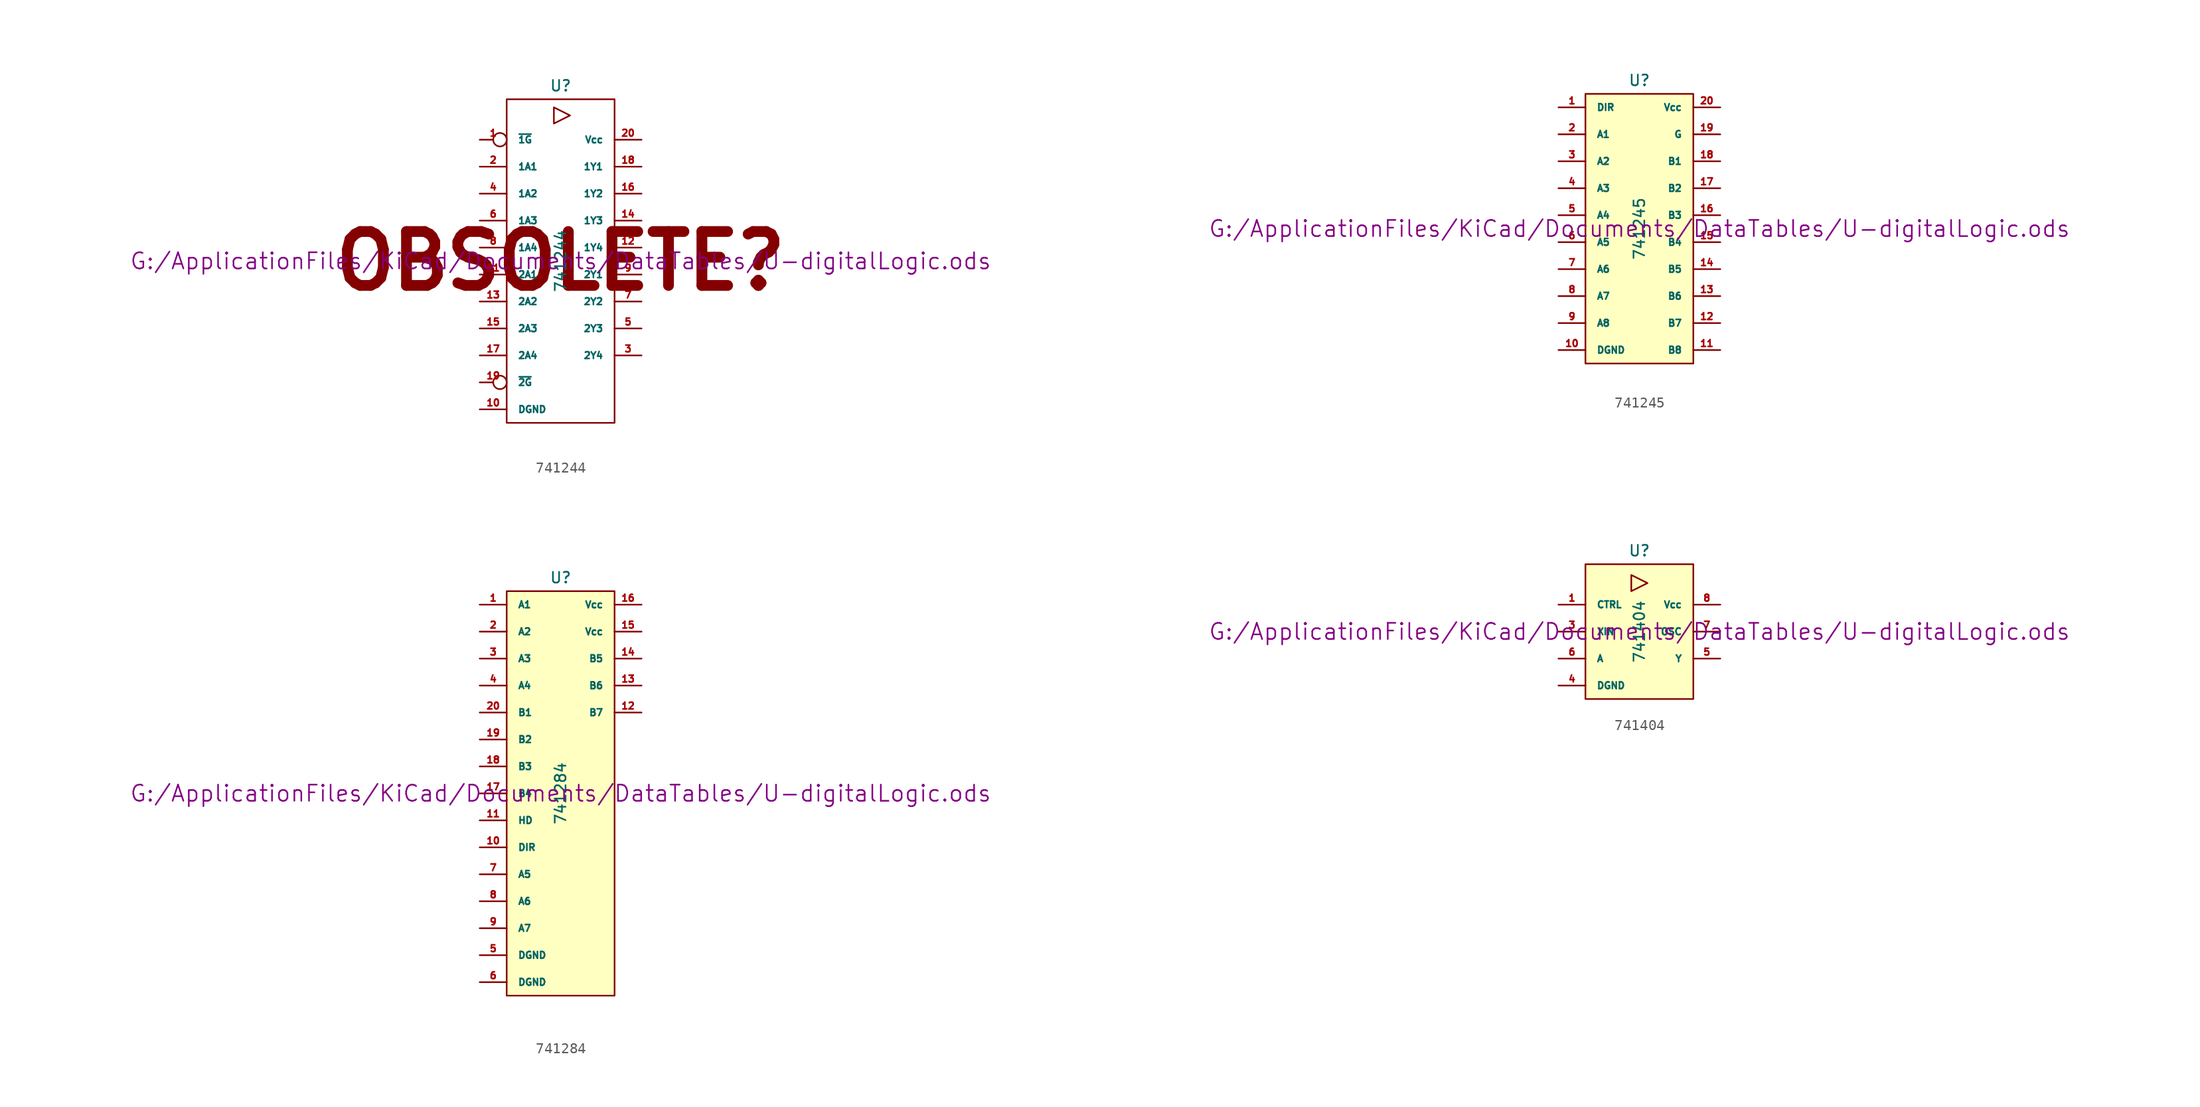
<source format=kicad_sym>
(kicad_symbol_lib
  (version 20211014)
  (generator kicad_symbol_editor)
  (symbol "741244"
    (pin_names
      (offset 1.016))
    (property "Reference" "U"
      (at 0 16.51 0)
      (effects (font (size 1.016 1.016))))
    (property "Value" "741244"
      (at 0 0 90)
      (effects (font (size 1.016 1.016))))
    (property "Footprint" ""
      (at 0 0 0)
      (effects (font (size 1.524 1.524))))
    (property "Datasheet" "G:/ApplicationFiles/KiCad/Documents/DataTables/U-digitalLogic.ods"
      (at 0 0 0)
      (effects (font (size 1.524 1.524))))
    (symbol "741244_0_0"
      (text "OBSOLETE?" (at 0 0 0) (effects (font (size 5.08 5.08) bold))))
    (symbol "741244_0_1"
      (rectangle (start -5.08 15.24) (end 5.08 -15.24) (stroke (width 0) (type default) (color 0 0 0 0)) (fill (type none)))
      (polyline (pts (xy -0.635 12.954) (xy -0.635 14.478) (xy 0.889 13.716) (xy -0.635 12.954)) (stroke (width 0) (type default) (color 0 0 0 0)) (fill (type none))))
    (symbol "741244_1_1"
      (pin input inverted (at -7.62 11.43 0) (length 2.54) (name "~{1G}" (effects (font (size 0.635 0.635)))) (number "1" (effects (font (size 0.635 0.635)))))
      (pin power_in line (at -7.62 -13.97 0) (length 2.54) (name "DGND" (effects (font (size 0.635 0.635)))) (number "10" (effects (font (size 0.635 0.635)))))
      (pin input line (at -7.62 -1.27 0) (length 2.54) (name "2A1" (effects (font (size 0.635 0.635)))) (number "11" (effects (font (size 0.635 0.635)))))
      (pin tri_state line (at 7.62 1.27 180) (length 2.54) (name "1Y4" (effects (font (size 0.635 0.635)))) (number "12" (effects (font (size 0.635 0.635)))))
      (pin input line (at -7.62 -3.81 0) (length 2.54) (name "2A2" (effects (font (size 0.635 0.635)))) (number "13" (effects (font (size 0.635 0.635)))))
      (pin tri_state line (at 7.62 3.81 180) (length 2.54) (name "1Y3" (effects (font (size 0.635 0.635)))) (number "14" (effects (font (size 0.635 0.635)))))
      (pin input line (at -7.62 -6.35 0) (length 2.54) (name "2A3" (effects (font (size 0.635 0.635)))) (number "15" (effects (font (size 0.635 0.635)))))
      (pin tri_state line (at 7.62 6.35 180) (length 2.54) (name "1Y2" (effects (font (size 0.635 0.635)))) (number "16" (effects (font (size 0.635 0.635)))))
      (pin input line (at -7.62 -8.89 0) (length 2.54) (name "2A4" (effects (font (size 0.635 0.635)))) (number "17" (effects (font (size 0.635 0.635)))))
      (pin tri_state line (at 7.62 8.89 180) (length 2.54) (name "1Y1" (effects (font (size 0.635 0.635)))) (number "18" (effects (font (size 0.635 0.635)))))
      (pin input inverted (at -7.62 -11.43 0) (length 2.54) (name "~{2G}" (effects (font (size 0.635 0.635)))) (number "19" (effects (font (size 0.635 0.635)))))
      (pin input line (at -7.62 8.89 0) (length 2.54) (name "1A1" (effects (font (size 0.635 0.635)))) (number "2" (effects (font (size 0.635 0.635)))))
      (pin power_in line (at 7.62 11.43 180) (length 2.54) (name "Vcc" (effects (font (size 0.635 0.635)))) (number "20" (effects (font (size 0.635 0.635)))))
      (pin tri_state line (at 7.62 -8.89 180) (length 2.54) (name "2Y4" (effects (font (size 0.635 0.635)))) (number "3" (effects (font (size 0.635 0.635)))))
      (pin input line (at -7.62 6.35 0) (length 2.54) (name "1A2" (effects (font (size 0.635 0.635)))) (number "4" (effects (font (size 0.635 0.635)))))
      (pin tri_state line (at 7.62 -6.35 180) (length 2.54) (name "2Y3" (effects (font (size 0.635 0.635)))) (number "5" (effects (font (size 0.635 0.635)))))
      (pin input line (at -7.62 3.81 0) (length 2.54) (name "1A3" (effects (font (size 0.635 0.635)))) (number "6" (effects (font (size 0.635 0.635)))))
      (pin tri_state line (at 7.62 -3.81 180) (length 2.54) (name "2Y2" (effects (font (size 0.635 0.635)))) (number "7" (effects (font (size 0.635 0.635)))))
      (pin input line (at -7.62 1.27 0) (length 2.54) (name "1A4" (effects (font (size 0.635 0.635)))) (number "8" (effects (font (size 0.635 0.635)))))
      (pin tri_state line (at 7.62 -1.27 180) (length 2.54) (name "2Y1" (effects (font (size 0.635 0.635)))) (number "9" (effects (font (size 0.635 0.635)))))))
  (symbol "741245"
    (pin_names
      (offset 1.016))
    (property "Reference" "U"
      (at 0 13.97 0)
      (effects (font (size 1.016 1.016))))
    (property "Value" "741245"
      (at 0 0 90)
      (effects (font (size 1.016 1.016))))
    (property "Footprint" ""
      (at 0 0 0)
      (effects (font (size 1.524 1.524))))
    (property "Datasheet" "G:/ApplicationFiles/KiCad/Documents/DataTables/U-digitalLogic.ods"
      (at 0 0 0)
      (effects (font (size 1.524 1.524))))
    (symbol "741245_0_1"
      (rectangle (start -5.08 12.7) (end 5.08 -12.7) (stroke (width 0) (type default) (color 0 0 0 0)) (fill (type background))))
    (symbol "741245_1_1"
      (pin input line (at -7.62 11.43 0) (length 2.54) (name "DIR" (effects (font (size 0.635 0.635)))) (number "1" (effects (font (size 0.635 0.635)))))
      (pin power_in line (at -7.62 -11.43 0) (length 2.54) (name "DGND" (effects (font (size 0.635 0.635)))) (number "10" (effects (font (size 0.635 0.635)))))
      (pin tri_state line (at 7.62 -11.43 180) (length 2.54) (name "B8" (effects (font (size 0.635 0.635)))) (number "11" (effects (font (size 0.635 0.635)))))
      (pin tri_state line (at 7.62 -8.89 180) (length 2.54) (name "B7" (effects (font (size 0.635 0.635)))) (number "12" (effects (font (size 0.635 0.635)))))
      (pin tri_state line (at 7.62 -6.35 180) (length 2.54) (name "B6" (effects (font (size 0.635 0.635)))) (number "13" (effects (font (size 0.635 0.635)))))
      (pin tri_state line (at 7.62 -3.81 180) (length 2.54) (name "B5" (effects (font (size 0.635 0.635)))) (number "14" (effects (font (size 0.635 0.635)))))
      (pin tri_state line (at 7.62 -1.27 180) (length 2.54) (name "B4" (effects (font (size 0.635 0.635)))) (number "15" (effects (font (size 0.635 0.635)))))
      (pin tri_state line (at 7.62 1.27 180) (length 2.54) (name "B3" (effects (font (size 0.635 0.635)))) (number "16" (effects (font (size 0.635 0.635)))))
      (pin tri_state line (at 7.62 3.81 180) (length 2.54) (name "B2" (effects (font (size 0.635 0.635)))) (number "17" (effects (font (size 0.635 0.635)))))
      (pin tri_state line (at 7.62 6.35 180) (length 2.54) (name "B1" (effects (font (size 0.635 0.635)))) (number "18" (effects (font (size 0.635 0.635)))))
      (pin input line (at 7.62 8.89 180) (length 2.54) (name "G" (effects (font (size 0.635 0.635)))) (number "19" (effects (font (size 0.635 0.635)))))
      (pin tri_state line (at -7.62 8.89 0) (length 2.54) (name "A1" (effects (font (size 0.635 0.635)))) (number "2" (effects (font (size 0.635 0.635)))))
      (pin power_in line (at 7.62 11.43 180) (length 2.54) (name "Vcc" (effects (font (size 0.635 0.635)))) (number "20" (effects (font (size 0.635 0.635)))))
      (pin tri_state line (at -7.62 6.35 0) (length 2.54) (name "A2" (effects (font (size 0.635 0.635)))) (number "3" (effects (font (size 0.635 0.635)))))
      (pin tri_state line (at -7.62 3.81 0) (length 2.54) (name "A3" (effects (font (size 0.635 0.635)))) (number "4" (effects (font (size 0.635 0.635)))))
      (pin tri_state line (at -7.62 1.27 0) (length 2.54) (name "A4" (effects (font (size 0.635 0.635)))) (number "5" (effects (font (size 0.635 0.635)))))
      (pin tri_state line (at -7.62 -1.27 0) (length 2.54) (name "A5" (effects (font (size 0.635 0.635)))) (number "6" (effects (font (size 0.635 0.635)))))
      (pin tri_state line (at -7.62 -3.81 0) (length 2.54) (name "A6" (effects (font (size 0.635 0.635)))) (number "7" (effects (font (size 0.635 0.635)))))
      (pin tri_state line (at -7.62 -6.35 0) (length 2.54) (name "A7" (effects (font (size 0.635 0.635)))) (number "8" (effects (font (size 0.635 0.635)))))
      (pin tri_state line (at -7.62 -8.89 0) (length 2.54) (name "A8" (effects (font (size 0.635 0.635)))) (number "9" (effects (font (size 0.635 0.635)))))))
  (symbol "741284"
    (pin_names
      (offset 1.016))
    (property "Reference" "U"
      (at 0 20.32 0)
      (effects (font (size 1.016 1.016))))
    (property "Value" "741284"
      (at 0 0 90)
      (effects (font (size 1.016 1.016))))
    (property "Footprint" ""
      (at 0 0 0)
      (effects (font (size 1.524 1.524))))
    (property "Datasheet" "G:/ApplicationFiles/KiCad/Documents/DataTables/U-digitalLogic.ods"
      (at 0 0 0)
      (effects (font (size 1.524 1.524))))
    (symbol "741284_0_1"
      (rectangle (start -5.08 19.05) (end 5.08 -19.05) (stroke (width 0) (type default) (color 0 0 0 0)) (fill (type background))))
    (symbol "741284_1_1"
      (pin tri_state line (at -7.62 17.78 0) (length 2.54) (name "A1" (effects (font (size 0.635 0.635)))) (number "1" (effects (font (size 0.635 0.635)))))
      (pin input line (at -7.62 -5.08 0) (length 2.54) (name "DIR" (effects (font (size 0.635 0.635)))) (number "10" (effects (font (size 0.635 0.635)))))
      (pin input line (at -7.62 -2.54 0) (length 2.54) (name "HD" (effects (font (size 0.635 0.635)))) (number "11" (effects (font (size 0.635 0.635)))))
      (pin tri_state line (at 7.62 7.62 180) (length 2.54) (name "B7" (effects (font (size 0.635 0.635)))) (number "12" (effects (font (size 0.635 0.635)))))
      (pin tri_state line (at 7.62 10.16 180) (length 2.54) (name "B6" (effects (font (size 0.635 0.635)))) (number "13" (effects (font (size 0.635 0.635)))))
      (pin tri_state line (at 7.62 12.7 180) (length 2.54) (name "B5" (effects (font (size 0.635 0.635)))) (number "14" (effects (font (size 0.635 0.635)))))
      (pin power_in line (at 7.62 15.24 180) (length 2.54) (name "Vcc" (effects (font (size 0.635 0.635)))) (number "15" (effects (font (size 0.635 0.635)))))
      (pin power_in line (at 7.62 17.78 180) (length 2.54) (name "Vcc" (effects (font (size 0.635 0.635)))) (number "16" (effects (font (size 0.635 0.635)))))
      (pin tri_state line (at -7.62 0 0) (length 2.54) (name "B4" (effects (font (size 0.635 0.635)))) (number "17" (effects (font (size 0.635 0.635)))))
      (pin tri_state line (at -7.62 2.54 0) (length 2.54) (name "B3" (effects (font (size 0.635 0.635)))) (number "18" (effects (font (size 0.635 0.635)))))
      (pin tri_state line (at -7.62 5.08 0) (length 2.54) (name "B2" (effects (font (size 0.635 0.635)))) (number "19" (effects (font (size 0.635 0.635)))))
      (pin tri_state line (at -7.62 15.24 0) (length 2.54) (name "A2" (effects (font (size 0.635 0.635)))) (number "2" (effects (font (size 0.635 0.635)))))
      (pin tri_state line (at -7.62 7.62 0) (length 2.54) (name "B1" (effects (font (size 0.635 0.635)))) (number "20" (effects (font (size 0.635 0.635)))))
      (pin tri_state line (at -7.62 12.7 0) (length 2.54) (name "A3" (effects (font (size 0.635 0.635)))) (number "3" (effects (font (size 0.635 0.635)))))
      (pin tri_state line (at -7.62 10.16 0) (length 2.54) (name "A4" (effects (font (size 0.635 0.635)))) (number "4" (effects (font (size 0.635 0.635)))))
      (pin power_in line (at -7.62 -15.24 0) (length 2.54) (name "DGND" (effects (font (size 0.635 0.635)))) (number "5" (effects (font (size 0.635 0.635)))))
      (pin power_in line (at -7.62 -17.78 0) (length 2.54) (name "DGND" (effects (font (size 0.635 0.635)))) (number "6" (effects (font (size 0.635 0.635)))))
      (pin input line (at -7.62 -7.62 0) (length 2.54) (name "A5" (effects (font (size 0.635 0.635)))) (number "7" (effects (font (size 0.635 0.635)))))
      (pin input line (at -7.62 -10.16 0) (length 2.54) (name "A6" (effects (font (size 0.635 0.635)))) (number "8" (effects (font (size 0.635 0.635)))))
      (pin input line (at -7.62 -12.7 0) (length 2.54) (name "A7" (effects (font (size 0.635 0.635)))) (number "9" (effects (font (size 0.635 0.635)))))))
  (symbol "741404"
    (pin_names
      (offset 1.016))
    (property "Reference" "U"
      (at 0 7.62 0)
      (effects (font (size 1.016 1.016))))
    (property "Value" "741404"
      (at 0 0 90)
      (effects (font (size 1.016 1.016))))
    (property "Footprint" ""
      (at 0 0 0)
      (effects (font (size 1.524 1.524))))
    (property "Datasheet" "G:/ApplicationFiles/KiCad/Documents/DataTables/U-digitalLogic.ods"
      (at 0 0 0)
      (effects (font (size 1.524 1.524))))
    (symbol "741404_0_1"
      (rectangle (start -5.08 6.35) (end 5.08 -6.35) (stroke (width 0) (type default) (color 0 0 0 0)) (fill (type background)))
      (polyline (pts (xy -0.762 3.81) (xy -0.762 5.334) (xy 0.762 4.572) (xy -0.762 3.81)) (stroke (width 0) (type default) (color 0 0 0 0)) (fill (type none))))
    (symbol "741404_1_1"
      (pin input line (at -7.62 2.54 0) (length 2.54) (name "CTRL" (effects (font (size 0.635 0.635)))) (number "1" (effects (font (size 0.635 0.635)))))
      (pin input line (at -7.62 0 0) (length 2.54) (name "XIN" (effects (font (size 0.635 0.635)))) (number "3" (effects (font (size 0.635 0.635)))))
      (pin power_in line (at -7.62 -5.08 0) (length 2.54) (name "DGND" (effects (font (size 0.635 0.635)))) (number "4" (effects (font (size 0.635 0.635)))))
      (pin output line (at 7.62 -2.54 180) (length 2.54) (name "Y" (effects (font (size 0.635 0.635)))) (number "5" (effects (font (size 0.635 0.635)))))
      (pin input line (at -7.62 -2.54 0) (length 2.54) (name "A" (effects (font (size 0.635 0.635)))) (number "6" (effects (font (size 0.635 0.635)))))
      (pin output line (at 7.62 0 180) (length 2.54) (name "OSC" (effects (font (size 0.635 0.635)))) (number "7" (effects (font (size 0.635 0.635)))))
      (pin power_in line (at 7.62 2.54 180) (length 2.54) (name "Vcc" (effects (font (size 0.635 0.635)))) (number "8" (effects (font (size 0.635 0.635))))))))
</source>
